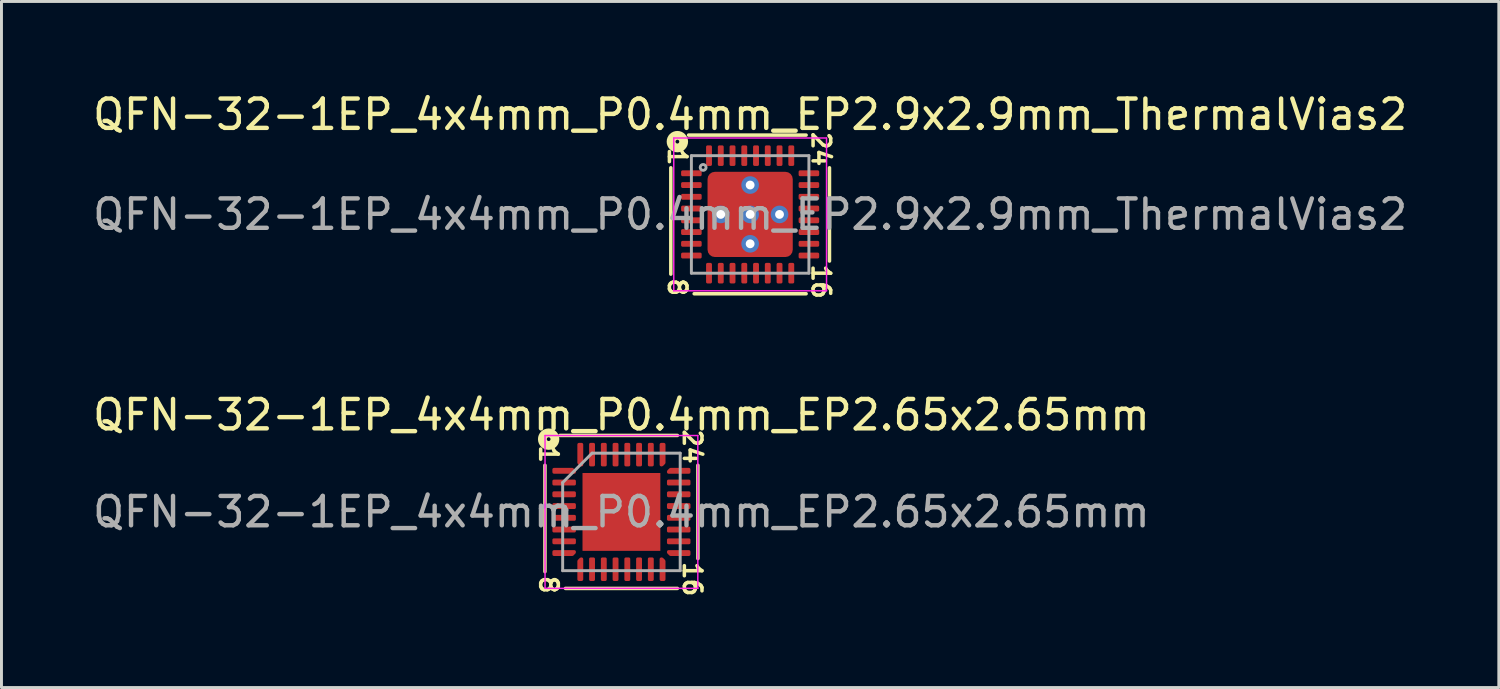
<source format=kicad_pcb>
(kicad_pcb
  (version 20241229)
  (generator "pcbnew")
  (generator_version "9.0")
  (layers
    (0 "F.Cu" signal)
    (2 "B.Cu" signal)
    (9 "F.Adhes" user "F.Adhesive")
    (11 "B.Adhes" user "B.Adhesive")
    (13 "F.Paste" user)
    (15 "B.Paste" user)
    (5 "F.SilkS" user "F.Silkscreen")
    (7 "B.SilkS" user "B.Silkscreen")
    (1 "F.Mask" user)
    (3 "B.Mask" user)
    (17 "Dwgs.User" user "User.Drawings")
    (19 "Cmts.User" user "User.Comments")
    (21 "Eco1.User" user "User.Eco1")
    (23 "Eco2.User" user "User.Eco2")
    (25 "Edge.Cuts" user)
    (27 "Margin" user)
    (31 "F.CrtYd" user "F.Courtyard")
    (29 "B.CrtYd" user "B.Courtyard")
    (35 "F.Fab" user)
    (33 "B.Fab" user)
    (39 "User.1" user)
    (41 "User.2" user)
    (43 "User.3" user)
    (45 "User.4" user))
  (footprint "QFN-32-1EP_4x4mm_P0.4mm_EP2.65x2.65mm"
    (layer "F.Cu")
    (at 18.101 14.374)
    (property "Reference" "QFN-32-1EP_4x4mm_P0.4mm_EP2.65x2.65mm" (at 0 -3.3 0) (layer "F.SilkS") (effects (font (size 1 1) (thickness 0.15))))
    (attr smd)
    (fp_line (start -2.603 -1.587) (end -2.603 2.032) (stroke (width 0.12) (type solid)) (layer "F.SilkS"))
    (fp_line (start -1.905 2.603) (end 1.905 2.603) (stroke (width 0.12) (type solid)) (layer "F.SilkS"))
    (fp_line (start 1.905 -2.603) (end -2.095 -2.603) (stroke (width 0.12) (type solid)) (layer "F.SilkS"))
    (fp_line (start 2.603 1.587) (end 2.603 -1.587) (stroke (width 0.12) (type solid)) (layer "F.SilkS"))
    (fp_circle (center -2.477 -2.477) (end -2.413 -2.477) (stroke (width 0.3) (type solid)) (fill no) (layer "F.SilkS"))
    (fp_line (start -2.6 -2.6) (end -2.6 2.6) (stroke (width 0.05) (type solid)) (layer "F.CrtYd"))
    (fp_line (start -2.6 2.6) (end 2.6 2.6) (stroke (width 0.05) (type solid)) (layer "F.CrtYd"))
    (fp_line (start 2.6 -2.6) (end -2.6 -2.6) (stroke (width 0.05) (type solid)) (layer "F.CrtYd"))
    (fp_line (start 2.6 2.6) (end 2.6 -2.6) (stroke (width 0.05) (type solid)) (layer "F.CrtYd"))
    (fp_line (start -2 -1) (end -1 -2) (stroke (width 0.1) (type solid)) (layer "F.Fab"))
    (fp_line (start -2 2) (end -2 -1) (stroke (width 0.1) (type solid)) (layer "F.Fab"))
    (fp_line (start -1 -2) (end 2 -2) (stroke (width 0.1) (type solid)) (layer "F.Fab"))
    (fp_line (start 2 -2) (end 2 2) (stroke (width 0.1) (type solid)) (layer "F.Fab"))
    (fp_line (start 2 2) (end -2 2) (stroke (width 0.1) (type solid)) (layer "F.Fab"))
    (fp_text user "24" (at 2.413 -2.223 270) (unlocked yes) (layer "F.SilkS") (effects (font (size 0.6 0.6) (thickness 0.12))))
    (fp_text user "8" (at -2.477 2.477 270) (unlocked yes) (layer "F.SilkS") (effects (font (size 0.6 0.6) (thickness 0.12))))
    (fp_text user "1" (at -2.477 -1.968 270) (unlocked yes) (layer "F.SilkS") (effects (font (size 0.6 0.6) (thickness 0.12))))
    (fp_text user "16" (at 2.413 2.286 270) (unlocked yes) (layer "F.SilkS") (effects (font (size 0.6 0.6) (thickness 0.12))))
    (fp_text user "${REFERENCE}" (at 0 0 0) (layer "F.Fab") (effects (font (size 1 1) (thickness 0.15))))
    (pad "" smd roundrect (at -0.66 -0.66) (size 1.07 1.07) (layers "F.Paste") (roundrect_rratio 0.234))
    (pad "" smd roundrect (at -0.66 0.66) (size 1.07 1.07) (layers "F.Paste") (roundrect_rratio 0.234))
    (pad "" smd roundrect (at 0.66 -0.66) (size 1.07 1.07) (layers "F.Paste") (roundrect_rratio 0.234))
    (pad "" smd roundrect (at 0.66 0.66) (size 1.07 1.07) (layers "F.Paste") (roundrect_rratio 0.234))
    (pad "1" smd custom (at -1.95 -1.4) (size 0.129 0.129) (layers "F.Cu" "F.Mask" "F.Paste") (options (anchor circle)) (primitives (gr_poly (pts (xy -0.35 -0.05) (xy 0.279 -0.05) (xy 0.35 0.021) (xy 0.35 0.05) (xy -0.35 0.05)) (width 0.1) (fill yes))))
    (pad "2" smd roundrect (at -1.95 -1) (size 0.8 0.2) (layers "F.Cu" "F.Mask" "F.Paste") (roundrect_rratio 0.25))
    (pad "3" smd roundrect (at -1.95 -0.6) (size 0.8 0.2) (layers "F.Cu" "F.Mask" "F.Paste") (roundrect_rratio 0.25))
    (pad "4" smd roundrect (at -1.95 -0.2) (size 0.8 0.2) (layers "F.Cu" "F.Mask" "F.Paste") (roundrect_rratio 0.25))
    (pad "5" smd roundrect (at -1.95 0.2) (size 0.8 0.2) (layers "F.Cu" "F.Mask" "F.Paste") (roundrect_rratio 0.25))
    (pad "6" smd roundrect (at -1.95 0.6) (size 0.8 0.2) (layers "F.Cu" "F.Mask" "F.Paste") (roundrect_rratio 0.25))
    (pad "7" smd roundrect (at -1.95 1) (size 0.8 0.2) (layers "F.Cu" "F.Mask" "F.Paste") (roundrect_rratio 0.25))
    (pad "8" smd custom (at -1.95 1.4) (size 0.129 0.129) (layers "F.Cu" "F.Mask" "F.Paste") (options (anchor circle)) (primitives (gr_poly (pts (xy -0.35 -0.05) (xy 0.35 -0.05) (xy 0.35 -0.021) (xy 0.279 0.05) (xy -0.35 0.05)) (width 0.1) (fill yes))))
    (pad "9" smd custom (at -1.4 1.95) (size 0.129 0.129) (layers "F.Cu" "F.Mask" "F.Paste") (options (anchor circle)) (primitives (gr_poly (pts (xy -0.05 -0.279) (xy 0.021 -0.35) (xy 0.05 -0.35) (xy 0.05 0.35) (xy -0.05 0.35)) (width 0.1) (fill yes))))
    (pad "10" smd roundrect (at -1 1.95) (size 0.2 0.8) (layers "F.Cu" "F.Mask" "F.Paste") (roundrect_rratio 0.25))
    (pad "11" smd roundrect (at -0.6 1.95) (size 0.2 0.8) (layers "F.Cu" "F.Mask" "F.Paste") (roundrect_rratio 0.25))
    (pad "12" smd roundrect (at -0.2 1.95) (size 0.2 0.8) (layers "F.Cu" "F.Mask" "F.Paste") (roundrect_rratio 0.25))
    (pad "13" smd roundrect (at 0.2 1.95) (size 0.2 0.8) (layers "F.Cu" "F.Mask" "F.Paste") (roundrect_rratio 0.25))
    (pad "14" smd roundrect (at 0.6 1.95) (size 0.2 0.8) (layers "F.Cu" "F.Mask" "F.Paste") (roundrect_rratio 0.25))
    (pad "15" smd roundrect (at 1 1.95) (size 0.2 0.8) (layers "F.Cu" "F.Mask" "F.Paste") (roundrect_rratio 0.25))
    (pad "16" smd custom (at 1.4 1.95) (size 0.129 0.129) (layers "F.Cu" "F.Mask" "F.Paste") (options (anchor circle)) (primitives (gr_poly (pts (xy -0.05 -0.35) (xy -0.021 -0.35) (xy 0.05 -0.279) (xy 0.05 0.35) (xy -0.05 0.35)) (width 0.1) (fill yes))))
    (pad "17" smd custom (at 1.95 1.4) (size 0.129 0.129) (layers "F.Cu" "F.Mask" "F.Paste") (options (anchor circle)) (primitives (gr_poly (pts (xy -0.35 -0.05) (xy 0.35 -0.05) (xy 0.35 0.05) (xy -0.279 0.05) (xy -0.35 -0.021)) (width 0.1) (fill yes))))
    (pad "18" smd roundrect (at 1.95 1) (size 0.8 0.2) (layers "F.Cu" "F.Mask" "F.Paste") (roundrect_rratio 0.25))
    (pad "19" smd roundrect (at 1.95 0.6) (size 0.8 0.2) (layers "F.Cu" "F.Mask" "F.Paste") (roundrect_rratio 0.25))
    (pad "20" smd roundrect (at 1.95 0.2) (size 0.8 0.2) (layers "F.Cu" "F.Mask" "F.Paste") (roundrect_rratio 0.25))
    (pad "21" smd roundrect (at 1.95 -0.2) (size 0.8 0.2) (layers "F.Cu" "F.Mask" "F.Paste") (roundrect_rratio 0.25))
    (pad "22" smd roundrect (at 1.95 -0.6) (size 0.8 0.2) (layers "F.Cu" "F.Mask" "F.Paste") (roundrect_rratio 0.25))
    (pad "23" smd roundrect (at 1.95 -1) (size 0.8 0.2) (layers "F.Cu" "F.Mask" "F.Paste") (roundrect_rratio 0.25))
    (pad "24" smd custom (at 1.95 -1.4) (size 0.129 0.129) (layers "F.Cu" "F.Mask" "F.Paste") (options (anchor circle)) (primitives (gr_poly (pts (xy -0.35 0.021) (xy -0.279 -0.05) (xy 0.35 -0.05) (xy 0.35 0.05) (xy -0.35 0.05)) (width 0.1) (fill yes))))
    (pad "25" smd custom (at 1.4 -1.95) (size 0.129 0.129) (layers "F.Cu" "F.Mask" "F.Paste") (options (anchor circle)) (primitives (gr_poly (pts (xy -0.05 -0.35) (xy 0.05 -0.35) (xy 0.05 0.279) (xy -0.021 0.35) (xy -0.05 0.35)) (width 0.1) (fill yes))))
    (pad "26" smd roundrect (at 1 -1.95) (size 0.2 0.8) (layers "F.Cu" "F.Mask" "F.Paste") (roundrect_rratio 0.25))
    (pad "27" smd roundrect (at 0.6 -1.95) (size 0.2 0.8) (layers "F.Cu" "F.Mask" "F.Paste") (roundrect_rratio 0.25))
    (pad "28" smd roundrect (at 0.2 -1.95) (size 0.2 0.8) (layers "F.Cu" "F.Mask" "F.Paste") (roundrect_rratio 0.25))
    (pad "29" smd roundrect (at -0.2 -1.95) (size 0.2 0.8) (layers "F.Cu" "F.Mask" "F.Paste") (roundrect_rratio 0.25))
    (pad "30" smd roundrect (at -0.6 -1.95) (size 0.2 0.8) (layers "F.Cu" "F.Mask" "F.Paste") (roundrect_rratio 0.25))
    (pad "31" smd roundrect (at -1 -1.95) (size 0.2 0.8) (layers "F.Cu" "F.Mask" "F.Paste") (roundrect_rratio 0.25))
    (pad "32" smd custom (at -1.4 -1.95) (size 0.129 0.129) (layers "F.Cu" "F.Mask" "F.Paste") (options (anchor circle)) (primitives (gr_poly (pts (xy -0.05 -0.35) (xy 0.05 -0.35) (xy 0.05 0.35) (xy 0.021 0.35) (xy -0.05 0.279)) (width 0.1) (fill yes))))
    (pad "33" smd rect (at 0 0) (size 2.65 2.65) (layers "F.Cu" "F.Mask")))
  (footprint "QFN-32-1EP_4x4mm_P0.4mm_EP2.9x2.9mm_ThermalVias2"
    (layer "F.Cu")
    (at 22.482 4.248)
    (property "Reference" "QFN-32-1EP_4x4mm_P0.4mm_EP2.9x2.9mm_ThermalVias2" (at 0 -3.4 0) (layer "F.SilkS") (effects (font (size 1 1) (thickness 0.15))))
    (attr smd)
    (fp_line (start -2.7 -1.587) (end -2.7 2.032) (stroke (width 0.12) (type solid)) (layer "F.SilkS"))
    (fp_line (start -1.905 2.7) (end 1.905 2.7) (stroke (width 0.12) (type solid)) (layer "F.SilkS"))
    (fp_line (start 1.905 -2.7) (end -2.095 -2.7) (stroke (width 0.12) (type solid)) (layer "F.SilkS"))
    (fp_line (start 2.7 1.587) (end 2.7 -1.587) (stroke (width 0.12) (type solid)) (layer "F.SilkS"))
    (fp_circle (center -2.477 -2.477) (end -2.413 -2.477) (stroke (width 0.3) (type solid)) (fill no) (layer "F.SilkS"))
    (fp_line (start -2.6 -2.6) (end -2.6 2.6) (stroke (width 0.05) (type solid)) (layer "F.CrtYd"))
    (fp_line (start -2.6 2.6) (end 2.6 2.6) (stroke (width 0.05) (type solid)) (layer "F.CrtYd"))
    (fp_line (start 2.6 -2.6) (end -2.6 -2.6) (stroke (width 0.05) (type solid)) (layer "F.CrtYd"))
    (fp_line (start 2.6 2.6) (end 2.6 -2.6) (stroke (width 0.05) (type solid)) (layer "F.CrtYd"))
    (fp_line (start -2 -2) (end 2 -2) (stroke (width 0.1) (type solid)) (layer "F.Fab"))
    (fp_line (start -2 2) (end -2 -2) (stroke (width 0.1) (type solid)) (layer "F.Fab"))
    (fp_line (start 2 -2) (end 2 2) (stroke (width 0.1) (type solid)) (layer "F.Fab"))
    (fp_line (start 2 2) (end -2 2) (stroke (width 0.1) (type solid)) (layer "F.Fab"))
    (fp_circle (center -1.6 -1.6) (end -1.5 -1.6) (stroke (width 0.1) (type solid)) (fill no) (layer "F.Fab"))
    (fp_text user "8" (at -2.477 2.477 270) (unlocked yes) (layer "F.SilkS") (effects (font (size 0.6 0.6) (thickness 0.12))))
    (fp_text user "1" (at -2.477 -1.968 270) (unlocked yes) (layer "F.SilkS") (effects (font (size 0.6 0.6) (thickness 0.12))))
    (fp_text user "16" (at 2.413 2.286 270) (unlocked yes) (layer "F.SilkS") (effects (font (size 0.6 0.6) (thickness 0.12))))
    (fp_text user "24" (at 2.413 -2.223 270) (unlocked yes) (layer "F.SilkS") (effects (font (size 0.6 0.6) (thickness 0.12))))
    (fp_text user "${REFERENCE}" (at 0 0 0) (layer "F.Fab") (effects (font (size 1 1) (thickness 0.15))))
    (pad "" smd roundrect (at -0.825 -0.825) (size 0.85 0.85) (layers "F.Paste") (roundrect_rratio 0.25))
    (pad "" smd roundrect (at -0.825 -0.825) (size 1.05 1.05) (layers "F.Mask") (roundrect_rratio 0.238))
    (pad "" smd roundrect (at -0.825 0.825) (size 0.85 0.85) (layers "F.Paste") (roundrect_rratio 0.25))
    (pad "" smd roundrect (at -0.825 0.825) (size 1.05 1.05) (layers "F.Mask") (roundrect_rratio 0.238))
    (pad "" smd roundrect (at 0.825 -0.825) (size 0.85 0.85) (layers "F.Paste") (roundrect_rratio 0.25))
    (pad "" smd roundrect (at 0.825 -0.825) (size 1.05 1.05) (layers "F.Mask") (roundrect_rratio 0.238))
    (pad "" smd roundrect (at 0.825 0.825) (size 0.85 0.85) (layers "F.Paste") (roundrect_rratio 0.25))
    (pad "" smd roundrect (at 0.825 0.825) (size 1.05 1.05) (layers "F.Mask") (roundrect_rratio 0.227))
    (pad "1" smd roundrect (at -2 -1.4) (size 0.7 0.2) (layers "F.Cu" "F.Mask" "F.Paste") (roundrect_rratio 0.25))
    (pad "2" smd roundrect (at -2 -1) (size 0.7 0.2) (layers "F.Cu" "F.Mask" "F.Paste") (roundrect_rratio 0.25))
    (pad "3" smd roundrect (at -2 -0.6) (size 0.7 0.2) (layers "F.Cu" "F.Mask" "F.Paste") (roundrect_rratio 0.25))
    (pad "4" smd roundrect (at -2 -0.2) (size 0.7 0.2) (layers "F.Cu" "F.Mask" "F.Paste") (roundrect_rratio 0.25))
    (pad "5" smd roundrect (at -2 0.2) (size 0.7 0.2) (layers "F.Cu" "F.Mask" "F.Paste") (roundrect_rratio 0.25))
    (pad "6" smd roundrect (at -2 0.6) (size 0.7 0.2) (layers "F.Cu" "F.Mask" "F.Paste") (roundrect_rratio 0.25))
    (pad "7" smd roundrect (at -2 1) (size 0.7 0.2) (layers "F.Cu" "F.Mask" "F.Paste") (roundrect_rratio 0.25))
    (pad "8" smd roundrect (at -2 1.4) (size 0.7 0.2) (layers "F.Cu" "F.Mask" "F.Paste") (roundrect_rratio 0.25))
    (pad "9" smd roundrect (at -1.4 2) (size 0.2 0.7) (layers "F.Cu" "F.Mask" "F.Paste") (roundrect_rratio 0.25))
    (pad "10" smd roundrect (at -1 2) (size 0.2 0.7) (layers "F.Cu" "F.Mask" "F.Paste") (roundrect_rratio 0.25))
    (pad "11" smd roundrect (at -0.6 2) (size 0.2 0.7) (layers "F.Cu" "F.Mask" "F.Paste") (roundrect_rratio 0.25))
    (pad "12" smd roundrect (at -0.2 2) (size 0.2 0.7) (layers "F.Cu" "F.Mask" "F.Paste") (roundrect_rratio 0.25))
    (pad "13" smd roundrect (at 0.2 2) (size 0.2 0.7) (layers "F.Cu" "F.Mask" "F.Paste") (roundrect_rratio 0.25))
    (pad "14" smd roundrect (at 0.6 2) (size 0.2 0.7) (layers "F.Cu" "F.Mask" "F.Paste") (roundrect_rratio 0.25))
    (pad "15" smd roundrect (at 1 2) (size 0.2 0.7) (layers "F.Cu" "F.Mask" "F.Paste") (roundrect_rratio 0.25))
    (pad "16" smd roundrect (at 1.4 2) (size 0.2 0.7) (layers "F.Cu" "F.Mask" "F.Paste") (roundrect_rratio 0.25))
    (pad "17" smd roundrect (at 2 1.4) (size 0.7 0.2) (layers "F.Cu" "F.Mask" "F.Paste") (roundrect_rratio 0.25))
    (pad "18" smd roundrect (at 2 1) (size 0.7 0.2) (layers "F.Cu" "F.Mask" "F.Paste") (roundrect_rratio 0.25))
    (pad "19" smd roundrect (at 2 0.6) (size 0.7 0.2) (layers "F.Cu" "F.Mask" "F.Paste") (roundrect_rratio 0.25))
    (pad "20" smd roundrect (at 2 0.2) (size 0.7 0.2) (layers "F.Cu" "F.Mask" "F.Paste") (roundrect_rratio 0.25))
    (pad "21" smd roundrect (at 2 -0.2) (size 0.7 0.2) (layers "F.Cu" "F.Mask" "F.Paste") (roundrect_rratio 0.25))
    (pad "22" smd roundrect (at 2 -0.6) (size 0.7 0.2) (layers "F.Cu" "F.Mask" "F.Paste") (roundrect_rratio 0.25))
    (pad "23" smd roundrect (at 2 -1) (size 0.7 0.2) (layers "F.Cu" "F.Mask" "F.Paste") (roundrect_rratio 0.25))
    (pad "24" smd roundrect (at 2 -1.4) (size 0.7 0.2) (layers "F.Cu" "F.Mask" "F.Paste") (roundrect_rratio 0.25))
    (pad "25" smd roundrect (at 1.4 -2) (size 0.2 0.7) (layers "F.Cu" "F.Mask" "F.Paste") (roundrect_rratio 0.25))
    (pad "26" smd roundrect (at 1 -2) (size 0.2 0.7) (layers "F.Cu" "F.Mask" "F.Paste") (roundrect_rratio 0.25))
    (pad "27" smd roundrect (at 0.6 -2) (size 0.2 0.7) (layers "F.Cu" "F.Mask" "F.Paste") (roundrect_rratio 0.25))
    (pad "28" smd roundrect (at 0.2 -2) (size 0.2 0.7) (layers "F.Cu" "F.Mask" "F.Paste") (roundrect_rratio 0.25))
    (pad "29" smd roundrect (at -0.2 -2) (size 0.2 0.7) (layers "F.Cu" "F.Mask" "F.Paste") (roundrect_rratio 0.25))
    (pad "30" smd roundrect (at -0.6 -2) (size 0.2 0.7) (layers "F.Cu" "F.Mask" "F.Paste") (roundrect_rratio 0.25))
    (pad "31" smd roundrect (at -1 -2) (size 0.2 0.7) (layers "F.Cu" "F.Mask" "F.Paste") (roundrect_rratio 0.25))
    (pad "32" smd roundrect (at -1.4 -2) (size 0.2 0.7) (layers "F.Cu" "F.Mask" "F.Paste") (roundrect_rratio 0.25))
    (pad "33" thru_hole circle (at -1 0) (size 0.6 0.6) (drill 0.3) (property pad_prop_heatsink) (layers "*.Cu" "*.Mask"))
    (pad "33" thru_hole circle (at 0 -1) (size 0.6 0.6) (drill 0.3) (property pad_prop_heatsink) (layers "*.Cu" "*.Mask"))
    (pad "33" thru_hole circle (at 0 0) (size 0.6 0.6) (drill 0.3) (property pad_prop_heatsink) (layers "*.Cu" "*.Mask"))
    (pad "33" smd roundrect (at 0 0) (size 2.9 2.9) (layers "F.Cu") (roundrect_rratio 0.086))
    (pad "33" thru_hole circle (at 0 1) (size 0.6 0.6) (drill 0.3) (property pad_prop_heatsink) (layers "*.Cu" "*.Mask"))
    (pad "33" thru_hole circle (at 1 0) (size 0.6 0.6) (drill 0.3) (property pad_prop_heatsink) (layers "*.Cu" "*.Mask")))
  (gr_rect
    (start -3 -3)
    (end 47.964 20.351)
    (stroke (width 0.1) (type default))
    (fill no)
    (layer "Edge.Cuts")))
</source>
